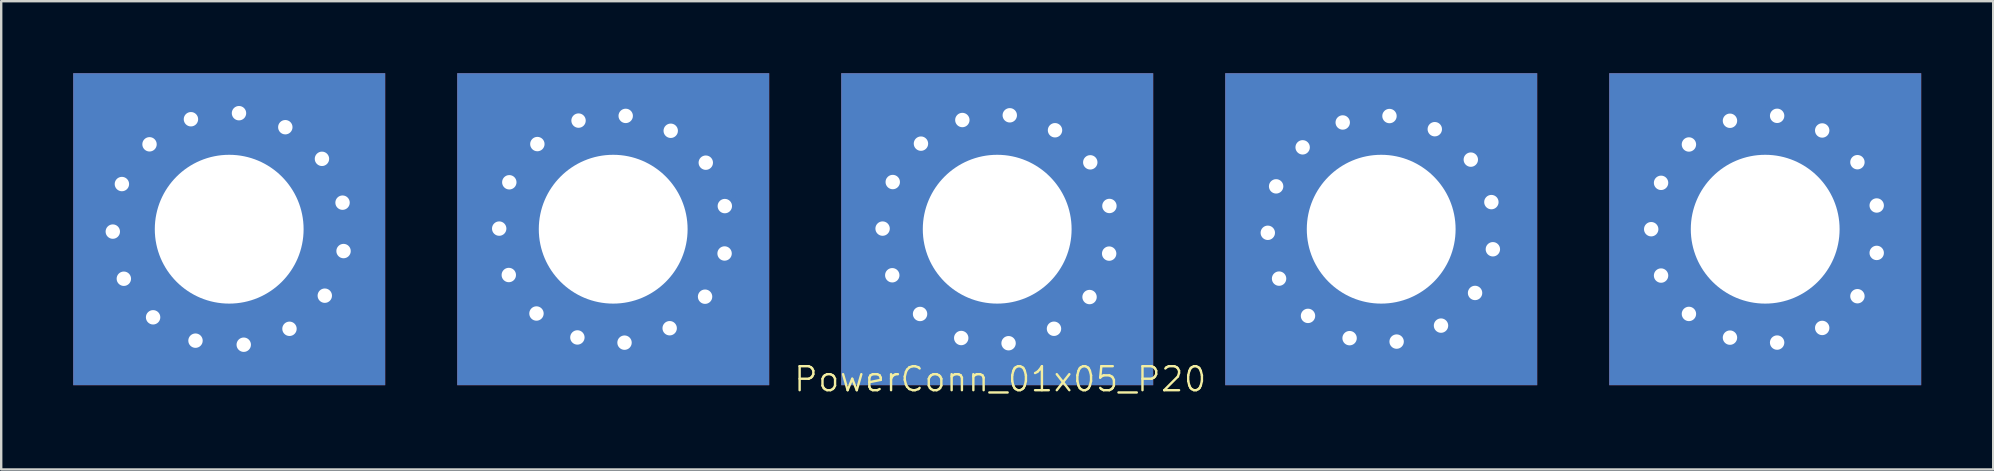
<source format=kicad_pcb>
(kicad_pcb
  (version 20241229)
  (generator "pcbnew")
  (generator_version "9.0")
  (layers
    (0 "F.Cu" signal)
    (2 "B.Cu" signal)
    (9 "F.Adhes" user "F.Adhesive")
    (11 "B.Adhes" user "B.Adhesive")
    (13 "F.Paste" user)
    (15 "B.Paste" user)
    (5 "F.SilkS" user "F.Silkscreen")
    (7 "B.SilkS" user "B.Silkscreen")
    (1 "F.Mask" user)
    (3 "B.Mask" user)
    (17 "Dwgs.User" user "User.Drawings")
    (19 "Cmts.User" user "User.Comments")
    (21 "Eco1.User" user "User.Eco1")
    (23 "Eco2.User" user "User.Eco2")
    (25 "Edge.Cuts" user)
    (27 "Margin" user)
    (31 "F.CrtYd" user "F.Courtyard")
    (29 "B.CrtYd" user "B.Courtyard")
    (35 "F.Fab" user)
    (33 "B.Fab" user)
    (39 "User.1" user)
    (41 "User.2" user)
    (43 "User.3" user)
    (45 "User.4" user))
  (footprint "PowerConn_01x05_P20"
    (layer "F.Cu")
    (at 38.625 13.25)
    (property "Reference" "PowerConn_01x05_P20" (at 0 -0.5 0) (unlocked yes) (layer "F.SilkS") (effects (font (size 1 1) (thickness 0.1))))
    (attr smd)
    (pad "1" thru_hole circle (at -36.975 -6.65) (size 1.2 1.2) (drill 0.6) (layers "*.Cu" "*.Mask"))
    (pad "1" thru_hole circle (at -36.596 -8.631) (size 1.2 1.2) (drill 0.6) (layers "*.Cu" "*.Mask"))
    (pad "1" thru_hole circle (at -36.515 -4.686) (size 1.2 1.2) (drill 0.6) (layers "*.Cu" "*.Mask"))
    (pad "1" thru_hole circle (at -35.445 -10.287) (size 1.2 1.2) (drill 0.6) (layers "*.Cu" "*.Mask"))
    (pad "1" thru_hole circle (at -35.296 -3.079) (size 1.2 1.2) (drill 0.6) (layers "*.Cu" "*.Mask"))
    (pad "1" thru_hole circle (at -33.719 -11.332) (size 1.2 1.2) (drill 0.6) (layers "*.Cu" "*.Mask"))
    (pad "1" thru_hole circle (at -33.529 -2.106) (size 1.2 1.2) (drill 0.6) (layers "*.Cu" "*.Mask"))
    (pad "1" thru_hole rect (at -32.125 -6.75) (size 13 13) (drill 6.2) (layers "*.Cu" "*.Mask"))
    (pad "1" thru_hole circle (at -31.717 -11.584) (size 1.2 1.2) (drill 0.6) (layers "*.Cu" "*.Mask"))
    (pad "1" thru_hole circle (at -31.519 -1.937) (size 1.2 1.2) (drill 0.6) (layers "*.Cu" "*.Mask"))
    (pad "1" thru_hole circle (at -29.787 -11) (size 1.2 1.2) (drill 0.6) (layers "*.Cu" "*.Mask"))
    (pad "1" thru_hole circle (at -29.613 -2.6) (size 1.2 1.2) (drill 0.6) (layers "*.Cu" "*.Mask"))
    (pad "1" thru_hole circle (at -28.26 -9.682) (size 1.2 1.2) (drill 0.6) (layers "*.Cu" "*.Mask"))
    (pad "1" thru_hole circle (at -28.142 -3.98) (size 1.2 1.2) (drill 0.6) (layers "*.Cu" "*.Mask"))
    (pad "1" thru_hole circle (at -27.402 -7.856) (size 1.2 1.2) (drill 0.6) (layers "*.Cu" "*.Mask"))
    (pad "1" thru_hole circle (at -27.36 -5.839) (size 1.2 1.2) (drill 0.6) (layers "*.Cu" "*.Mask"))
    (pad "2" thru_hole circle (at -20.875 -6.775) (size 1.2 1.2) (drill 0.6) (layers "*.Cu" "*.Mask"))
    (pad "2" thru_hole circle (at -20.475 -4.841) (size 1.2 1.2) (drill 0.6) (layers "*.Cu" "*.Mask"))
    (pad "2" thru_hole circle (at -20.454 -8.705) (size 1.2 1.2) (drill 0.6) (layers "*.Cu" "*.Mask"))
    (pad "2" thru_hole circle (at -19.322 -3.237) (size 1.2 1.2) (drill 0.6) (layers "*.Cu" "*.Mask"))
    (pad "2" thru_hole circle (at -19.285 -10.297) (size 1.2 1.2) (drill 0.6) (layers "*.Cu" "*.Mask"))
    (pad "2" thru_hole circle (at -17.617 -2.24) (size 1.2 1.2) (drill 0.6) (layers "*.Cu" "*.Mask"))
    (pad "2" thru_hole circle (at -17.569 -11.275) (size 1.2 1.2) (drill 0.6) (layers "*.Cu" "*.Mask"))
    (pad "2" thru_hole rect (at -16.125 -6.75) (size 13 13) (drill 6.2) (layers "*.Cu" "*.Mask"))
    (pad "2" thru_hole circle (at -15.653 -2.023) (size 1.2 1.2) (drill 0.6) (layers "*.Cu" "*.Mask"))
    (pad "2" thru_hole circle (at -15.604 -11.471) (size 1.2 1.2) (drill 0.6) (layers "*.Cu" "*.Mask"))
    (pad "2" thru_hole circle (at -13.772 -2.624) (size 1.2 1.2) (drill 0.6) (layers "*.Cu" "*.Mask"))
    (pad "2" thru_hole circle (at -13.728 -10.851) (size 1.2 1.2) (drill 0.6) (layers "*.Cu" "*.Mask"))
    (pad "2" thru_hole circle (at -12.297 -3.938) (size 1.2 1.2) (drill 0.6) (layers "*.Cu" "*.Mask"))
    (pad "2" thru_hole circle (at -12.267 -9.522) (size 1.2 1.2) (drill 0.6) (layers "*.Cu" "*.Mask"))
    (pad "2" thru_hole circle (at -11.484 -5.738) (size 1.2 1.2) (drill 0.6) (layers "*.Cu" "*.Mask"))
    (pad "2" thru_hole circle (at -11.474 -7.713) (size 1.2 1.2) (drill 0.6) (layers "*.Cu" "*.Mask"))
    (pad "3" thru_hole circle (at -4.9 -6.775) (size 1.2 1.2) (drill 0.6) (layers "*.Cu" "*.Mask"))
    (pad "3" thru_hole circle (at -4.497 -4.831) (size 1.2 1.2) (drill 0.6) (layers "*.Cu" "*.Mask"))
    (pad "3" thru_hole circle (at -4.477 -8.715) (size 1.2 1.2) (drill 0.6) (layers "*.Cu" "*.Mask"))
    (pad "3" thru_hole circle (at -3.339 -3.218) (size 1.2 1.2) (drill 0.6) (layers "*.Cu" "*.Mask"))
    (pad "3" thru_hole circle (at -3.302 -10.315) (size 1.2 1.2) (drill 0.6) (layers "*.Cu" "*.Mask"))
    (pad "3" thru_hole circle (at -1.624 -2.216) (size 1.2 1.2) (drill 0.6) (layers "*.Cu" "*.Mask"))
    (pad "3" thru_hole circle (at -1.577 -11.299) (size 1.2 1.2) (drill 0.6) (layers "*.Cu" "*.Mask"))
    (pad "3" thru_hole rect (at -0.125 -6.75) (size 13 13) (drill 6.2) (layers "*.Cu" "*.Mask"))
    (pad "3" thru_hole circle (at 0.349 -1.999) (size 1.2 1.2) (drill 0.6) (layers "*.Cu" "*.Mask"))
    (pad "3" thru_hole circle (at 0.399 -11.496) (size 1.2 1.2) (drill 0.6) (layers "*.Cu" "*.Mask"))
    (pad "3" thru_hole circle (at 2.241 -2.602) (size 1.2 1.2) (drill 0.6) (layers "*.Cu" "*.Mask"))
    (pad "3" thru_hole circle (at 2.284 -10.873) (size 1.2 1.2) (drill 0.6) (layers "*.Cu" "*.Mask"))
    (pad "3" thru_hole circle (at 3.723 -3.923) (size 1.2 1.2) (drill 0.6) (layers "*.Cu" "*.Mask"))
    (pad "3" thru_hole circle (at 3.753 -9.536) (size 1.2 1.2) (drill 0.6) (layers "*.Cu" "*.Mask"))
    (pad "3" thru_hole circle (at 4.54 -5.733) (size 1.2 1.2) (drill 0.6) (layers "*.Cu" "*.Mask"))
    (pad "3" thru_hole circle (at 4.551 -7.718) (size 1.2 1.2) (drill 0.6) (layers "*.Cu" "*.Mask"))
    (pad "4" thru_hole circle (at 11.15 -6.6) (size 1.2 1.2) (drill 0.6) (layers "*.Cu" "*.Mask"))
    (pad "4" thru_hole circle (at 11.497 -8.535) (size 1.2 1.2) (drill 0.6) (layers "*.Cu" "*.Mask"))
    (pad "4" thru_hole circle (at 11.62 -4.691) (size 1.2 1.2) (drill 0.6) (layers "*.Cu" "*.Mask"))
    (pad "4" thru_hole circle (at 12.602 -10.161) (size 1.2 1.2) (drill 0.6) (layers "*.Cu" "*.Mask"))
    (pad "4" thru_hole circle (at 12.825 -3.138) (size 1.2 1.2) (drill 0.6) (layers "*.Cu" "*.Mask"))
    (pad "4" thru_hole circle (at 14.272 -11.197) (size 1.2 1.2) (drill 0.6) (layers "*.Cu" "*.Mask"))
    (pad "4" thru_hole circle (at 14.558 -2.21) (size 1.2 1.2) (drill 0.6) (layers "*.Cu" "*.Mask"))
    (pad "4" thru_hole rect (at 15.875 -6.75) (size 13 13) (drill 6.2) (layers "*.Cu" "*.Mask"))
    (pad "4" thru_hole circle (at 16.22 -11.465) (size 1.2 1.2) (drill 0.6) (layers "*.Cu" "*.Mask"))
    (pad "4" thru_hole circle (at 16.518 -2.067) (size 1.2 1.2) (drill 0.6) (layers "*.Cu" "*.Mask"))
    (pad "4" thru_hole circle (at 18.108 -10.917) (size 1.2 1.2) (drill 0.6) (layers "*.Cu" "*.Mask"))
    (pad "4" thru_hole circle (at 18.367 -2.733) (size 1.2 1.2) (drill 0.6) (layers "*.Cu" "*.Mask"))
    (pad "4" thru_hole circle (at 19.609 -9.649) (size 1.2 1.2) (drill 0.6) (layers "*.Cu" "*.Mask"))
    (pad "4" thru_hole circle (at 19.786 -4.094) (size 1.2 1.2) (drill 0.6) (layers "*.Cu" "*.Mask"))
    (pad "4" thru_hole circle (at 20.466 -7.879) (size 1.2 1.2) (drill 0.6) (layers "*.Cu" "*.Mask"))
    (pad "4" thru_hole circle (at 20.528 -5.914) (size 1.2 1.2) (drill 0.6) (layers "*.Cu" "*.Mask"))
    (pad "5" thru_hole circle (at 27.125 -6.75) (size 1.2 1.2) (drill 0.6) (layers "*.Cu" "*.Mask"))
    (pad "5" thru_hole circle (at 27.536 -8.682) (size 1.2 1.2) (drill 0.6) (layers "*.Cu" "*.Mask"))
    (pad "5" thru_hole circle (at 27.536 -4.818) (size 1.2 1.2) (drill 0.6) (layers "*.Cu" "*.Mask"))
    (pad "5" thru_hole circle (at 28.697 -10.28) (size 1.2 1.2) (drill 0.6) (layers "*.Cu" "*.Mask"))
    (pad "5" thru_hole circle (at 28.697 -3.22) (size 1.2 1.2) (drill 0.6) (layers "*.Cu" "*.Mask"))
    (pad "5" thru_hole circle (at 30.407 -11.268) (size 1.2 1.2) (drill 0.6) (layers "*.Cu" "*.Mask"))
    (pad "5" thru_hole circle (at 30.407 -2.232) (size 1.2 1.2) (drill 0.6) (layers "*.Cu" "*.Mask"))
    (pad "5" thru_hole rect (at 31.875 -6.75) (size 13 13) (drill 6.2) (layers "*.Cu" "*.Mask"))
    (pad "5" thru_hole circle (at 32.372 -11.474) (size 1.2 1.2) (drill 0.6) (layers "*.Cu" "*.Mask"))
    (pad "5" thru_hole circle (at 32.372 -2.026) (size 1.2 1.2) (drill 0.6) (layers "*.Cu" "*.Mask"))
    (pad "5" thru_hole circle (at 34.25 -10.864) (size 1.2 1.2) (drill 0.6) (layers "*.Cu" "*.Mask"))
    (pad "5" thru_hole circle (at 34.25 -2.636) (size 1.2 1.2) (drill 0.6) (layers "*.Cu" "*.Mask"))
    (pad "5" thru_hole circle (at 35.718 -9.542) (size 1.2 1.2) (drill 0.6) (layers "*.Cu" "*.Mask"))
    (pad "5" thru_hole circle (at 35.718 -3.958) (size 1.2 1.2) (drill 0.6) (layers "*.Cu" "*.Mask"))
    (pad "5" thru_hole circle (at 36.521 -7.738) (size 1.2 1.2) (drill 0.6) (layers "*.Cu" "*.Mask"))
    (pad "5" thru_hole circle (at 36.521 -5.762) (size 1.2 1.2) (drill 0.6) (layers "*.Cu" "*.Mask")))
  (gr_rect
    (start -3 -3)
    (end 80 16.511)
    (stroke (width 0.1) (type default))
    (fill no)
    (layer "Edge.Cuts")))
</source>
